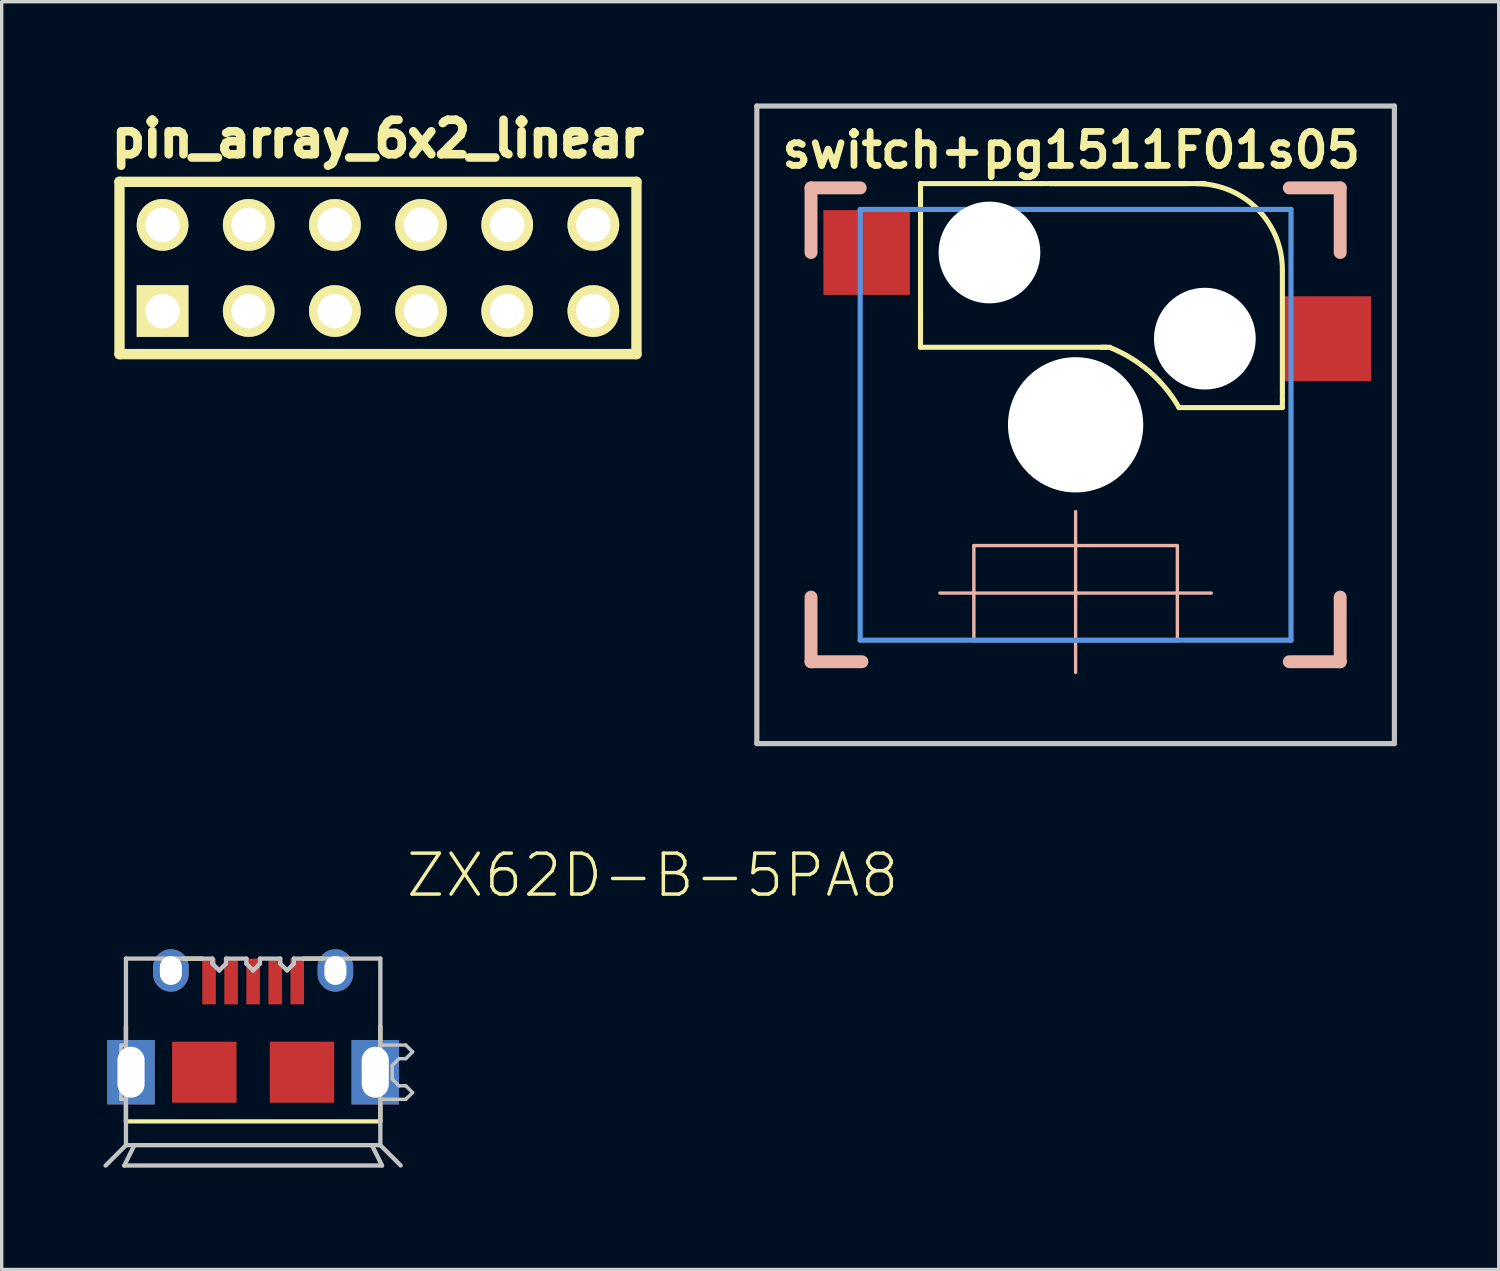
<source format=kicad_pcb>
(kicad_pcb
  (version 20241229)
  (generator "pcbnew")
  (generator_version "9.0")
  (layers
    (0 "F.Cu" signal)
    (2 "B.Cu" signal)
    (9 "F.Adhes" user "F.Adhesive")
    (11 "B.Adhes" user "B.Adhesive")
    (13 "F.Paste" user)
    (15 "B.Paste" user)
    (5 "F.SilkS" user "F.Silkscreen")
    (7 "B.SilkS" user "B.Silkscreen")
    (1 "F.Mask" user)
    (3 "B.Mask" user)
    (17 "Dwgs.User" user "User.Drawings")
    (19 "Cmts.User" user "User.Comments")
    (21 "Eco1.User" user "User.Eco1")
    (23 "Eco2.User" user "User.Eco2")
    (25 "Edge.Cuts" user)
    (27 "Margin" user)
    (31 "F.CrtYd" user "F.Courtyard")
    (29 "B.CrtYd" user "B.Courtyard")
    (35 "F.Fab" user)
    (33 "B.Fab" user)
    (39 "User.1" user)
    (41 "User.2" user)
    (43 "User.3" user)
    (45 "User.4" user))
  (footprint "switch+pg1511F01s05"
    (layer "F.Cu")
    (at 28.66 9.474)
    (property "Reference" "switch+pg1511F01s05" (at -0.13 -8.1 0) (layer "F.SilkS") (effects (font (size 1 1) (thickness 0.2))))
    (attr through_hole)
    (fp_line (start -4.572 -7.112) (end -4.572 -3.302) (stroke (width 0.15) (type solid)) (layer "F.SilkS"))
    (fp_line (start -4.572 -7.112) (end -1.016 -7.112) (stroke (width 0.15) (type solid)) (layer "F.SilkS"))
    (fp_line (start -4.572 -3.302) (end -4.572 -2.286) (stroke (width 0.15) (type solid)) (layer "F.SilkS"))
    (fp_line (start -4.572 -2.286) (end 0.9 -2.286) (stroke (width 0.15) (type solid)) (layer "F.SilkS"))
    (fp_line (start -1.016 -7.112) (end -0.762 -7.112) (stroke (width 0.15) (type solid)) (layer "F.SilkS"))
    (fp_line (start -0.762 -7.112) (end 3.302 -7.112) (stroke (width 0.15) (type solid)) (layer "F.SilkS"))
    (fp_line (start -0.762 -7.112) (end 3.556 -7.112) (stroke (width 0.15) (type solid)) (layer "F.SilkS"))
    (fp_line (start 0.762 -2.286) (end 1.016 -2.286) (stroke (width 0.15) (type solid)) (layer "F.SilkS"))
    (fp_line (start 3.556 -7.112) (end 3.81 -7.112) (stroke (width 0.15) (type solid)) (layer "F.SilkS"))
    (fp_line (start 6.096 -4.572) (end 6.096 -1.016) (stroke (width 0.15) (type solid)) (layer "F.SilkS"))
    (fp_line (start 6.096 -1.016) (end 6.096 -0.762) (stroke (width 0.15) (type solid)) (layer "F.SilkS"))
    (fp_line (start 6.096 -0.762) (end 6.096 -0.508) (stroke (width 0.15) (type solid)) (layer "F.SilkS"))
    (fp_line (start 6.096 -0.508) (end 3.048 -0.508) (stroke (width 0.15) (type solid)) (layer "F.SilkS"))
    (fp_arc (start 1.013077 -2.278693) (mid 2.180497 -1.565682) (end 3.047999 -0.507999) (stroke (width 0.15) (type solid)) (layer "F.SilkS"))
    (fp_arc (start 3.556 -7.112) (mid 5.352051 -6.368051) (end 6.096 -4.572) (stroke (width 0.15) (type solid)) (layer "F.SilkS"))
    (fp_line (start -7.8 -6.985) (end -6.35 -6.985) (stroke (width 0.381) (type solid)) (layer "B.SilkS"))
    (fp_line (start -7.8 -5.08) (end -7.8 -6.985) (stroke (width 0.381) (type solid)) (layer "B.SilkS"))
    (fp_line (start -7.8 6.985) (end -7.8 5.08) (stroke (width 0.381) (type solid)) (layer "B.SilkS"))
    (fp_line (start -6.3 6.985) (end -7.8 6.985) (stroke (width 0.381) (type solid)) (layer "B.SilkS"))
    (fp_line (start -4 4.96) (end 4 4.96) (stroke (width 0.1) (type solid)) (layer "B.SilkS"))
    (fp_line (start -3 3.56) (end -3 6.36) (stroke (width 0.1) (type solid)) (layer "B.SilkS"))
    (fp_line (start -3 3.56) (end 3 3.56) (stroke (width 0.1) (type solid)) (layer "B.SilkS"))
    (fp_line (start 0 2.56) (end 0 7.3) (stroke (width 0.1) (type solid)) (layer "B.SilkS"))
    (fp_line (start 3 3.56) (end 3 6.36) (stroke (width 0.1) (type solid)) (layer "B.SilkS"))
    (fp_line (start 3 6.36) (end -3 6.36) (stroke (width 0.1) (type solid)) (layer "B.SilkS"))
    (fp_line (start 6.3 -6.985) (end 7.8 -6.985) (stroke (width 0.381) (type solid)) (layer "B.SilkS"))
    (fp_line (start 7.8 -6.985) (end 7.8 -5.08) (stroke (width 0.381) (type solid)) (layer "B.SilkS"))
    (fp_line (start 7.8 5.08) (end 7.8 6.985) (stroke (width 0.381) (type solid)) (layer "B.SilkS"))
    (fp_line (start 7.8 6.985) (end 6.3 6.985) (stroke (width 0.381) (type solid)) (layer "B.SilkS"))
    (fp_line (start -9.398 -9.398) (end 9.398 -9.398) (stroke (width 0.152) (type solid)) (layer "Dwgs.User"))
    (fp_line (start -9.398 9.398) (end -9.398 -9.398) (stroke (width 0.152) (type solid)) (layer "Dwgs.User"))
    (fp_line (start 9.398 -9.398) (end 9.398 9.398) (stroke (width 0.152) (type solid)) (layer "Dwgs.User"))
    (fp_line (start 9.398 9.398) (end -9.398 9.398) (stroke (width 0.152) (type solid)) (layer "Dwgs.User"))
    (fp_line (start -6.35 -6.35) (end 6.35 -6.35) (stroke (width 0.152) (type solid)) (layer "Cmts.User"))
    (fp_line (start -6.35 6.35) (end -6.35 -6.35) (stroke (width 0.152) (type solid)) (layer "Cmts.User"))
    (fp_line (start 6.35 -6.35) (end 6.35 6.35) (stroke (width 0.152) (type solid)) (layer "Cmts.User"))
    (fp_line (start 6.35 6.35) (end -6.35 6.35) (stroke (width 0.152) (type solid)) (layer "Cmts.User"))
    (fp_line (start -7.8 -6.985) (end 7.8 -6.985) (stroke (width 0.152) (type solid)) (layer "Eco1.User"))
    (fp_line (start -7.8 6.985) (end -7.8 -6.985) (stroke (width 0.152) (type solid)) (layer "Eco1.User"))
    (fp_line (start 7.8 -6.985) (end 7.8 6.985) (stroke (width 0.152) (type solid)) (layer "Eco1.User"))
    (fp_line (start 7.8 6.985) (end -7.8 6.985) (stroke (width 0.152) (type solid)) (layer "Eco1.User"))
    (pad "" np_thru_hole circle (at -2.54 -5.08) (size 3 3) (drill 3) (layers "*.Cu" "*.Mask"))
    (pad "" np_thru_hole circle (at 0 0) (size 3.988 3.988) (drill 3.988) (layers "*.Cu" "*.Mask"))
    (pad "" np_thru_hole circle (at 3.81 -2.54) (size 3 3) (drill 3) (layers "*.Cu" "*.Mask"))
    (pad "1" smd rect (at -6.16 -5.08) (size 2.55 2.5) (layers "F.Cu" "F.Mask" "F.Paste"))
    (pad "2" smd rect (at 7.44 -2.54) (size 2.55 2.5) (layers "F.Cu" "F.Mask" "F.Paste")))
  (footprint "ZX62D-B-5PA8"
    (layer "F.Cu")
    (at 4.413 28.56)
    (property "Reference" "ZX62D-B-5PA8" (at 4.445 -5.1 180) (layer "F.SilkS") (effects (font (size 1.206 1.206) (thickness 0.102)) (justify left bottom)))
    (attr through_hole)
    (fp_line (start -3.75 -0.95) (end -3.75 -1.35) (stroke (width 0.127) (type solid)) (layer "F.SilkS"))
    (fp_line (start -3.75 1.45) (end -3.75 0.95) (stroke (width 0.127) (type solid)) (layer "F.SilkS"))
    (fp_line (start -1.5 -3.35) (end -2.05 -3.35) (stroke (width 0.127) (type solid)) (layer "F.SilkS"))
    (fp_line (start 2.05 -3.35) (end 1.5 -3.35) (stroke (width 0.127) (type solid)) (layer "F.SilkS"))
    (fp_line (start 3.75 -0.95) (end 3.75 -1.35) (stroke (width 0.127) (type solid)) (layer "F.SilkS"))
    (fp_line (start 3.75 0.95) (end 3.75 1.45) (stroke (width 0.127) (type solid)) (layer "F.SilkS"))
    (fp_line (start 3.75 1.45) (end -3.75 1.45) (stroke (width 0.127) (type solid)) (layer "F.SilkS"))
    (fp_line (start -3.9 0.8) (end -3.9 -0.8) (stroke (width 0.102) (type solid)) (layer "Dwgs.User"))
    (fp_line (start -3.8 2.75) (end 3.8 2.75) (stroke (width 0.127) (type solid)) (layer "Dwgs.User"))
    (fp_line (start -3.75 -3.35) (end -1.2 -3.35) (stroke (width 0.127) (type solid)) (layer "Dwgs.User"))
    (fp_line (start -3.75 -0.8) (end -3.9 -0.8) (stroke (width 0.102) (type solid)) (layer "Dwgs.User"))
    (fp_line (start -3.75 0.8) (end -3.9 0.8) (stroke (width 0.102) (type solid)) (layer "Dwgs.User"))
    (fp_line (start -3.75 2.15) (end -3.75 -3.35) (stroke (width 0.127) (type solid)) (layer "Dwgs.User"))
    (fp_line (start -3.75 2.15) (end -3.5 2.15) (stroke (width 0.127) (type solid)) (layer "Dwgs.User"))
    (fp_line (start -3.75 2.152) (end -4.35 2.752) (stroke (width 0.127) (type solid)) (layer "Dwgs.User"))
    (fp_line (start -3.5 2.15) (end -3.8 2.75) (stroke (width 0.127) (type solid)) (layer "Dwgs.User"))
    (fp_line (start -3.5 2.15) (end 3.5 2.15) (stroke (width 0.127) (type solid)) (layer "Dwgs.User"))
    (fp_line (start -1.2 -3.2) (end -1.2 -3.35) (stroke (width 0.127) (type solid)) (layer "Dwgs.User"))
    (fp_line (start -1 -3) (end -1.2 -3.2) (stroke (width 0.127) (type solid)) (layer "Dwgs.User"))
    (fp_line (start -0.8 -3.2) (end -1 -3) (stroke (width 0.127) (type solid)) (layer "Dwgs.User"))
    (fp_line (start -0.8 -3.2) (end -0.8 -3.35) (stroke (width 0.127) (type solid)) (layer "Dwgs.User"))
    (fp_line (start -0.2 -3.35) (end -0.8 -3.35) (stroke (width 0.127) (type solid)) (layer "Dwgs.User"))
    (fp_line (start -0.2 -3.2) (end -0.2 -3.35) (stroke (width 0.127) (type solid)) (layer "Dwgs.User"))
    (fp_line (start 0 -3) (end -0.2 -3.2) (stroke (width 0.127) (type solid)) (layer "Dwgs.User"))
    (fp_line (start 0.2 -3.2) (end 0 -3) (stroke (width 0.127) (type solid)) (layer "Dwgs.User"))
    (fp_line (start 0.2 -3.2) (end 0.2 -3.35) (stroke (width 0.127) (type solid)) (layer "Dwgs.User"))
    (fp_line (start 0.8 -3.35) (end 0.2 -3.35) (stroke (width 0.127) (type solid)) (layer "Dwgs.User"))
    (fp_line (start 0.8 -3.2) (end 0.8 -3.35) (stroke (width 0.127) (type solid)) (layer "Dwgs.User"))
    (fp_line (start 1 -3) (end 0.8 -3.2) (stroke (width 0.127) (type solid)) (layer "Dwgs.User"))
    (fp_line (start 1.2 -3.35) (end 3.75 -3.35) (stroke (width 0.127) (type solid)) (layer "Dwgs.User"))
    (fp_line (start 1.2 -3.2) (end 1 -3) (stroke (width 0.127) (type solid)) (layer "Dwgs.User"))
    (fp_line (start 1.2 -3.2) (end 1.2 -3.35) (stroke (width 0.127) (type solid)) (layer "Dwgs.User"))
    (fp_line (start 3.5 2.15) (end 3.75 2.15) (stroke (width 0.127) (type solid)) (layer "Dwgs.User"))
    (fp_line (start 3.75 -0.8) (end 3.75 -3.35) (stroke (width 0.127) (type solid)) (layer "Dwgs.User"))
    (fp_line (start 3.75 -0.8) (end 4.5 -0.8) (stroke (width 0.102) (type solid)) (layer "Dwgs.User"))
    (fp_line (start 3.75 0.8) (end 4.5 0.8) (stroke (width 0.102) (type solid)) (layer "Dwgs.User"))
    (fp_line (start 3.75 2.15) (end 3.75 -0.8) (stroke (width 0.127) (type solid)) (layer "Dwgs.User"))
    (fp_line (start 3.75 2.15) (end 4.35 2.75) (stroke (width 0.127) (type solid)) (layer "Dwgs.User"))
    (fp_line (start 3.8 2.75) (end 3.5 2.15) (stroke (width 0.127) (type solid)) (layer "Dwgs.User"))
    (fp_line (start 4.1 -0.2) (end 4.1 0.2) (stroke (width 0.102) (type solid)) (layer "Dwgs.User"))
    (fp_line (start 4.3 -0.4) (end 4.1 -0.2) (stroke (width 0.102) (type solid)) (layer "Dwgs.User"))
    (fp_line (start 4.3 0.4) (end 4.1 0.2) (stroke (width 0.102) (type solid)) (layer "Dwgs.User"))
    (fp_line (start 4.5 -0.8) (end 4.7 -0.6) (stroke (width 0.102) (type solid)) (layer "Dwgs.User"))
    (fp_line (start 4.5 -0.4) (end 4.3 -0.4) (stroke (width 0.102) (type solid)) (layer "Dwgs.User"))
    (fp_line (start 4.5 0.4) (end 4.3 0.4) (stroke (width 0.102) (type solid)) (layer "Dwgs.User"))
    (fp_line (start 4.5 0.8) (end 4.7 0.6) (stroke (width 0.102) (type solid)) (layer "Dwgs.User"))
    (fp_line (start 4.7 -0.6) (end 4.5 -0.4) (stroke (width 0.102) (type solid)) (layer "Dwgs.User"))
    (fp_line (start 4.7 0.6) (end 4.5 0.4) (stroke (width 0.102) (type solid)) (layer "Dwgs.User"))
    (pad "1" smd rect (at -1.3 -2.675 90) (size 1.35 0.4) (layers "F.Cu" "F.Mask" "F.Paste"))
    (pad "2" smd rect (at -0.65 -2.675 90) (size 1.35 0.4) (layers "F.Cu" "F.Mask" "F.Paste"))
    (pad "3" smd rect (at 0 -2.675 90) (size 1.35 0.4) (layers "F.Cu" "F.Mask" "F.Paste"))
    (pad "4" smd rect (at 0.65 -2.675 90) (size 1.35 0.4) (layers "F.Cu" "F.Mask" "F.Paste"))
    (pad "5" smd rect (at 1.3 -2.675 90) (size 1.35 0.4) (layers "F.Cu" "F.Mask" "F.Paste"))
    (pad "SHIE" thru_hole rect (at -3.6 0 90) (size 1.9 1.4) (drill oval 1.5 0.8) (layers "*.Cu" "*.Mask"))
    (pad "SHIE" thru_hole oval (at -2.425 -3 90) (size 1.25 1.05) (drill oval 0.85 0.65) (layers "*.Cu" "*.Mask"))
    (pad "SHIE" connect rect (at -1.44 0 90) (size 1.8 1.9) (layers "F.Cu" "F.Mask"))
    (pad "SHIE" connect rect (at 1.44 0 90) (size 1.8 1.9) (layers "F.Cu" "F.Mask"))
    (pad "SHIE" thru_hole oval (at 2.425 -3 90) (size 1.25 1.05) (drill oval 0.85 0.65) (layers "*.Cu" "*.Mask"))
    (pad "SHIE" thru_hole rect (at 3.6 0 90) (size 1.9 1.4) (drill oval 1.5 0.8) (layers "*.Cu" "*.Mask")))
  (footprint "pin_array_6x2_linear"
    (layer "F.Cu")
    (at 8.093 4.85)
    (property "Reference" "pin_array_6x2_linear" (at 0 -3.81 0) (layer "F.SilkS") (effects (font (size 1.016 1.016) (thickness 0.274))))
    (attr through_hole)
    (fp_line (start -7.62 -2.54) (end 7.62 -2.54) (stroke (width 0.305) (type solid)) (layer "F.SilkS"))
    (fp_line (start -7.62 2.54) (end -7.62 -2.54) (stroke (width 0.305) (type solid)) (layer "F.SilkS"))
    (fp_line (start 7.62 -2.54) (end 7.62 2.54) (stroke (width 0.305) (type solid)) (layer "F.SilkS"))
    (fp_line (start 7.62 2.54) (end -7.62 2.54) (stroke (width 0.305) (type solid)) (layer "F.SilkS"))
    (pad "1" thru_hole rect (at -6.35 1.27) (size 1.524 1.524) (drill 1.016) (layers "*.Cu" "*.Mask" "F.SilkS"))
    (pad "2" thru_hole circle (at -3.81 1.27) (size 1.524 1.524) (drill 1.016) (layers "*.Cu" "*.Mask" "F.SilkS"))
    (pad "3" thru_hole circle (at -1.27 1.27) (size 1.524 1.524) (drill 1.016) (layers "*.Cu" "*.Mask" "F.SilkS"))
    (pad "4" thru_hole circle (at 1.27 1.27) (size 1.524 1.524) (drill 1.016) (layers "*.Cu" "*.Mask" "F.SilkS"))
    (pad "5" thru_hole circle (at 3.81 1.27) (size 1.524 1.524) (drill 1.016) (layers "*.Cu" "*.Mask" "F.SilkS"))
    (pad "6" thru_hole circle (at 6.35 1.27) (size 1.524 1.524) (drill 1.016) (layers "*.Cu" "*.Mask" "F.SilkS"))
    (pad "7" thru_hole circle (at -6.35 -1.27) (size 1.524 1.524) (drill 1.016) (layers "*.Cu" "*.Mask" "F.SilkS"))
    (pad "8" thru_hole circle (at -3.81 -1.27) (size 1.524 1.524) (drill 1.016) (layers "*.Cu" "*.Mask" "F.SilkS"))
    (pad "9" thru_hole circle (at -1.27 -1.27) (size 1.524 1.524) (drill 1.016) (layers "*.Cu" "*.Mask" "F.SilkS"))
    (pad "10" thru_hole circle (at 1.27 -1.27) (size 1.524 1.524) (drill 1.016) (layers "*.Cu" "*.Mask" "F.SilkS"))
    (pad "11" thru_hole circle (at 3.81 -1.27) (size 1.524 1.524) (drill 1.016) (layers "*.Cu" "*.Mask" "F.SilkS"))
    (pad "12" thru_hole circle (at 6.35 -1.27) (size 1.524 1.524) (drill 1.016) (layers "*.Cu" "*.Mask" "F.SilkS")))
  (gr_rect
    (start -3 -3)
    (end 41.134 34.375)
    (stroke (width 0.1) (type default))
    (fill no)
    (layer "Edge.Cuts")))
</source>
